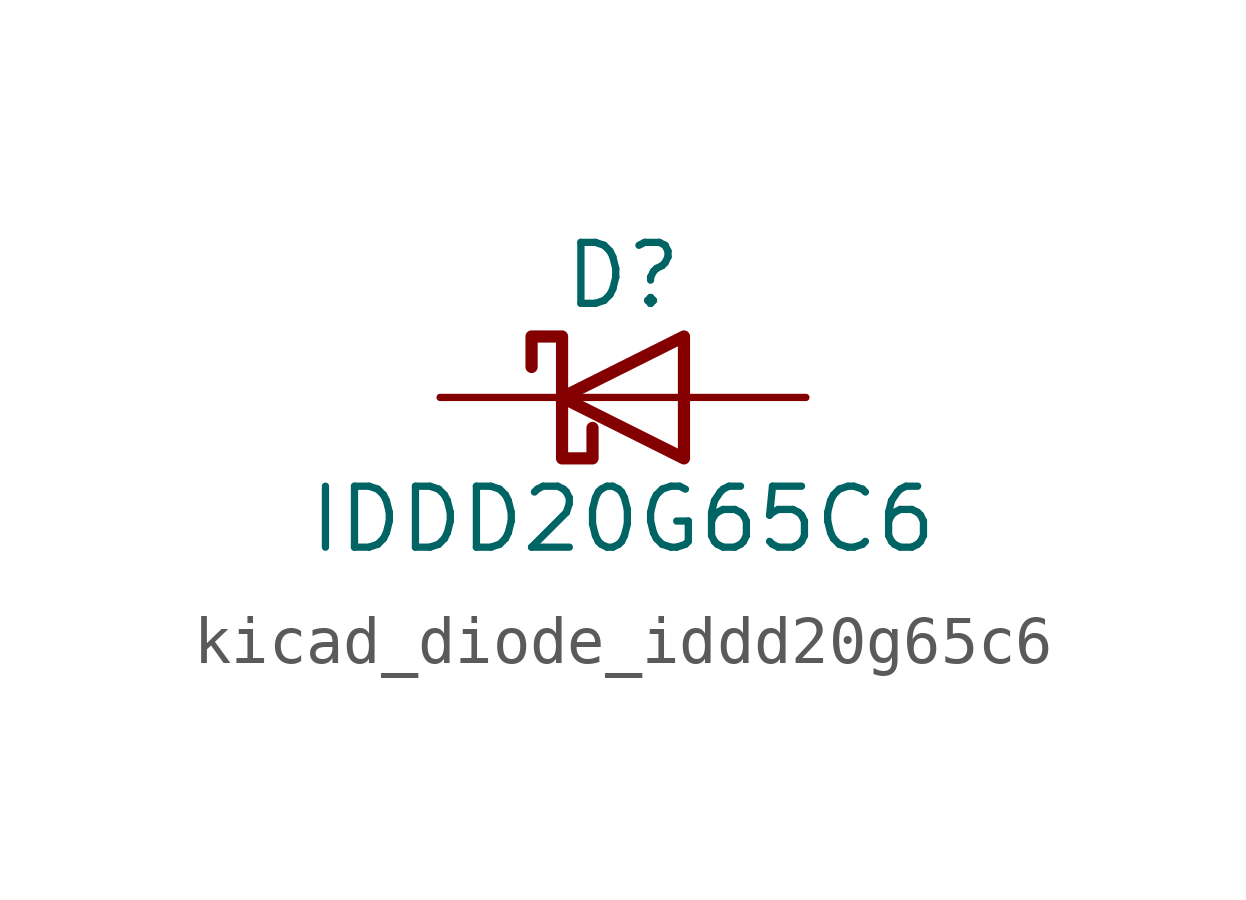
<source format=kicad_sym>
(kicad_symbol_lib
  (version 20220914)
  (generator kicad_symbol_editor)
  (symbol "kicad_diode_iddd20g65c6"
    (pin_numbers hide)
    (pin_names
      (offset 1.016) hide)
    (property "Reference" "D"
      (at 0 2.54 0)
      (effects (font (size 1.27 1.27))))
    (property "Value" "IDDD20G65C6"
      (at 0 -2.54 0)
      (effects (font (size 1.27 1.27))))
    (symbol "kicad_diode_iddd20g65c6_0_1"
      (polyline (pts (xy 1.27 0) (xy -1.27 0)) (stroke (width 0) (type default)) (fill (type none)))
      (polyline (pts (xy 1.27 1.27) (xy 1.27 -1.27) (xy -1.27 0) (xy 1.27 1.27)) (stroke (width 0.254) (type default)) (fill (type none)))
      (polyline (pts (xy -1.905 0.635) (xy -1.905 1.27) (xy -1.27 1.27) (xy -1.27 -1.27) (xy -0.635 -1.27) (xy -0.635 -0.635)) (stroke (width 0.254) (type default)) (fill (type none))))
    (symbol "kicad_diode_iddd20g65c6_1_1"
      (pin no_connect line (at 1.27 -1.27 180) (length 2.54) hide (name "NC" (effects (font (size 1.27 1.27)))) (number "1" (effects (font (size 1.27 1.27)))))
      (pin passive line (at -3.81 0 0) (length 2.54) hide (name "K" (effects (font (size 1.27 1.27)))) (number "10" (effects (font (size 1.27 1.27)))))
      (pin no_connect line (at 1.27 1.27 180) (length 2.54) hide (name "NC" (effects (font (size 1.27 1.27)))) (number "2" (effects (font (size 1.27 1.27)))))
      (pin passive line (at 3.81 0 180) (length 2.54) (name "A" (effects (font (size 1.27 1.27)))) (number "3" (effects (font (size 1.27 1.27)))))
      (pin passive line (at 3.81 0 180) (length 2.54) hide (name "A" (effects (font (size 1.27 1.27)))) (number "4" (effects (font (size 1.27 1.27)))))
      (pin passive line (at 3.81 0 180) (length 2.54) hide (name "A" (effects (font (size 1.27 1.27)))) (number "5" (effects (font (size 1.27 1.27)))))
      (pin passive line (at -3.81 0 0) (length 2.54) (name "K" (effects (font (size 1.27 1.27)))) (number "6" (effects (font (size 1.27 1.27)))))
      (pin passive line (at -3.81 0 0) (length 2.54) hide (name "K" (effects (font (size 1.27 1.27)))) (number "7" (effects (font (size 1.27 1.27)))))
      (pin passive line (at -3.81 0 0) (length 2.54) hide (name "K" (effects (font (size 1.27 1.27)))) (number "8" (effects (font (size 1.27 1.27)))))
      (pin passive line (at -3.81 0 0) (length 2.54) hide (name "K" (effects (font (size 1.27 1.27)))) (number "9" (effects (font (size 1.27 1.27))))))))
</source>
